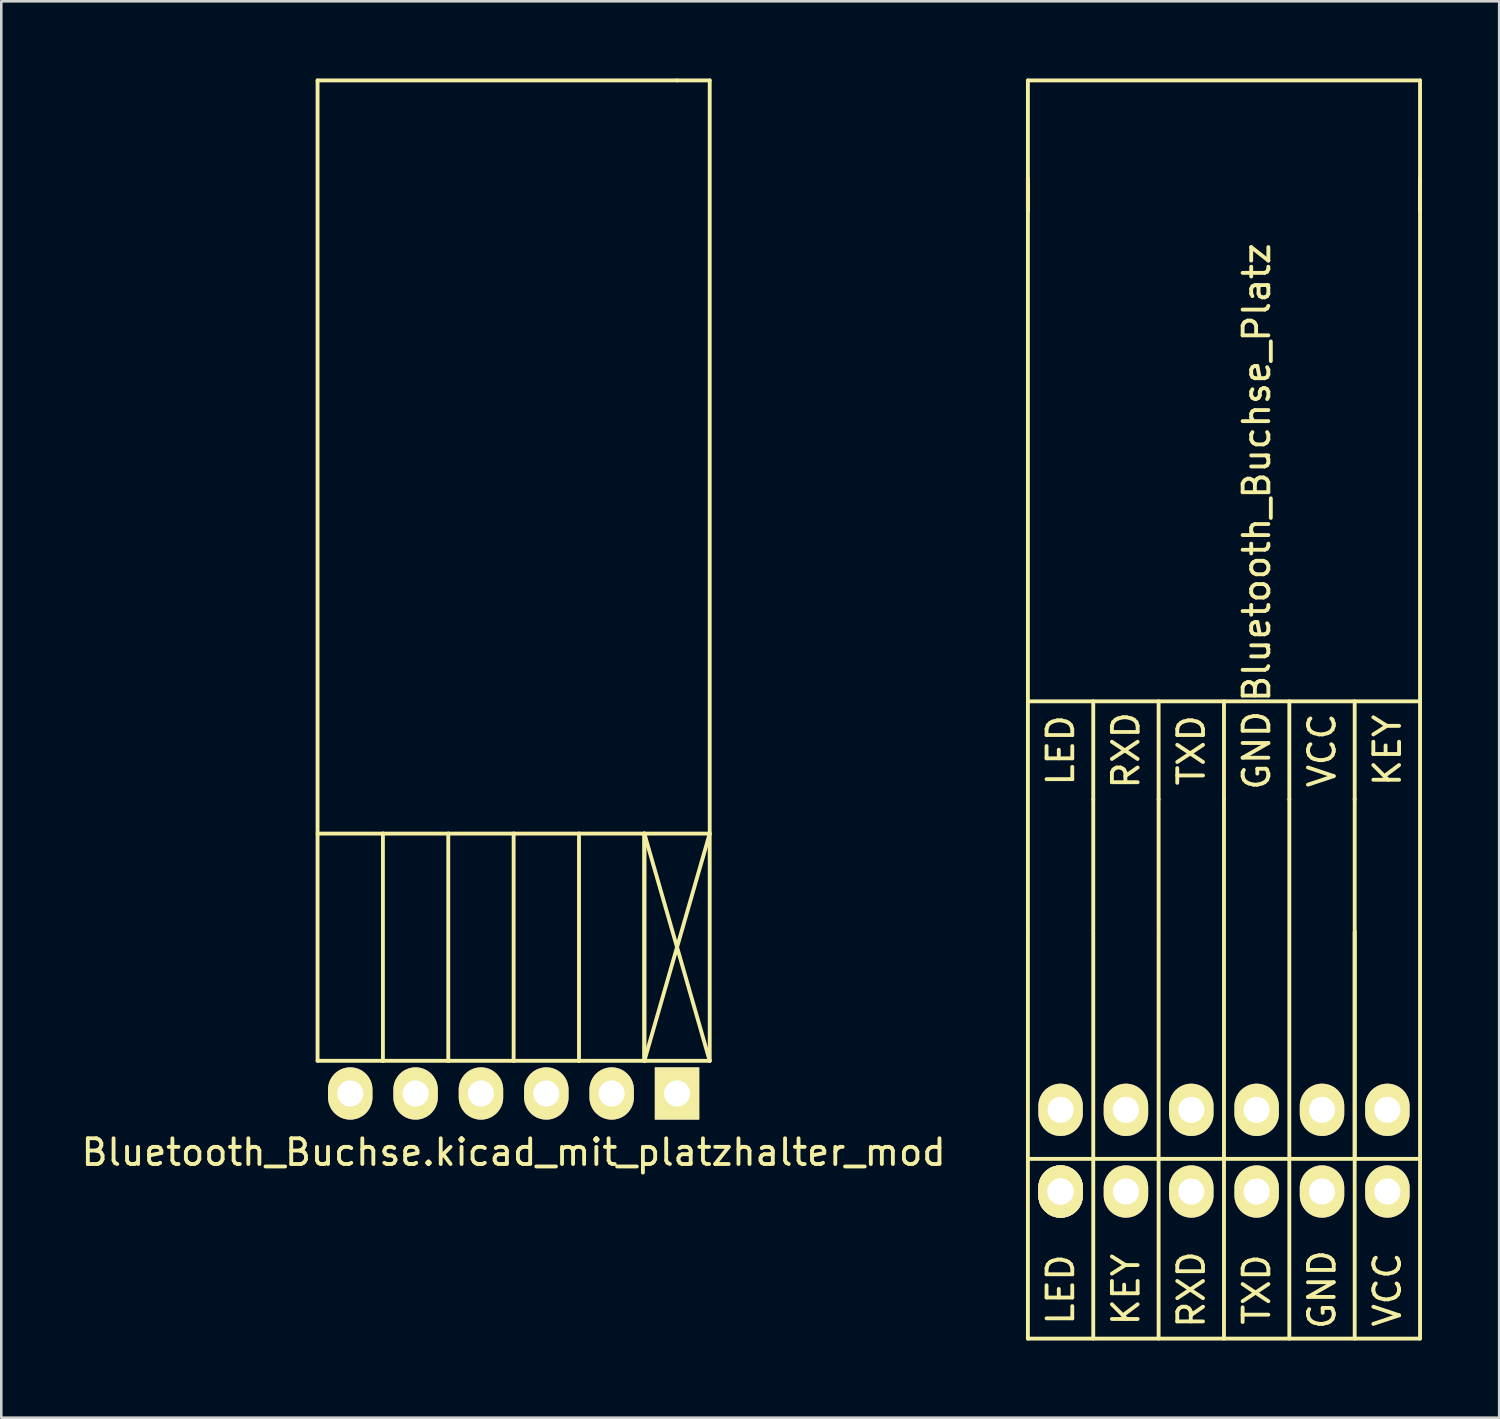
<source format=kicad_pcb>
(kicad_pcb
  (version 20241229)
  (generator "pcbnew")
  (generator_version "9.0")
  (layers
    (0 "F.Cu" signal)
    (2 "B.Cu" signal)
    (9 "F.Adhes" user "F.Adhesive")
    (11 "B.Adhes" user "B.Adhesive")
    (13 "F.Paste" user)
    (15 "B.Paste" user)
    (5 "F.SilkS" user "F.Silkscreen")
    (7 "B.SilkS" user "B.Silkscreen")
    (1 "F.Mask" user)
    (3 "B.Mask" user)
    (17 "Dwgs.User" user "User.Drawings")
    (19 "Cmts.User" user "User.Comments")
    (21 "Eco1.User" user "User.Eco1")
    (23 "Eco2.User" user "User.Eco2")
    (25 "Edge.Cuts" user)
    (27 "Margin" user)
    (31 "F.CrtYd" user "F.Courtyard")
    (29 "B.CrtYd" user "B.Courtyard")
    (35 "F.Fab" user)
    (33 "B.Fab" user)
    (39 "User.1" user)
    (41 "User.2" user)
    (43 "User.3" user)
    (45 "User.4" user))
  (footprint "Bluetooth_Buchse.kicad_mit_platzhalter_mod"
    (layer "F.Cu")
    (at 16.911 39.445)
    (property "Reference" "Bluetooth_Buchse.kicad_mit_platzhalter_mod" (at 0 2.286 0) (layer "F.SilkS") (effects (font (size 1 1) (thickness 0.15))))
    (attr through_hole)
    (fp_line (start -7.62 -39.37) (end 6.35 -39.37) (stroke (width 0.15) (type solid)) (layer "F.SilkS"))
    (fp_line (start -7.62 -10.16) (end -7.62 -39.37) (stroke (width 0.15) (type solid)) (layer "F.SilkS"))
    (fp_line (start -7.62 -10.1) (end -7.62 -1.27) (stroke (width 0.15) (type solid)) (layer "F.SilkS"))
    (fp_line (start -5.08 -10.1) (end -7.62 -10.1) (stroke (width 0.15) (type solid)) (layer "F.SilkS"))
    (fp_line (start -5.08 -10.1) (end -5.08 -1.27) (stroke (width 0.15) (type solid)) (layer "F.SilkS"))
    (fp_line (start -5.08 -1.27) (end -7.62 -1.27) (stroke (width 0.15) (type solid)) (layer "F.SilkS"))
    (fp_line (start -2.54 -10.1) (end -5.08 -10.1) (stroke (width 0.15) (type solid)) (layer "F.SilkS"))
    (fp_line (start -2.54 -10.1) (end -2.54 -1.27) (stroke (width 0.15) (type solid)) (layer "F.SilkS"))
    (fp_line (start -2.54 -1.27) (end -5.08 -1.27) (stroke (width 0.15) (type solid)) (layer "F.SilkS"))
    (fp_line (start 0 -10.1) (end -2.54 -10.1) (stroke (width 0.15) (type solid)) (layer "F.SilkS"))
    (fp_line (start 0 -10.1) (end 0 -1.27) (stroke (width 0.15) (type solid)) (layer "F.SilkS"))
    (fp_line (start 0 -1.27) (end -2.54 -1.27) (stroke (width 0.15) (type solid)) (layer "F.SilkS"))
    (fp_line (start 2.54 -10.1) (end 0 -10.1) (stroke (width 0.15) (type solid)) (layer "F.SilkS"))
    (fp_line (start 2.54 -10.1) (end 2.54 -1.27) (stroke (width 0.15) (type solid)) (layer "F.SilkS"))
    (fp_line (start 2.54 -1.27) (end 0 -1.27) (stroke (width 0.15) (type solid)) (layer "F.SilkS"))
    (fp_line (start 5.08 -10.1) (end 2.54 -10.1) (stroke (width 0.15) (type solid)) (layer "F.SilkS"))
    (fp_line (start 5.08 -10.1) (end 5.08 -1.27) (stroke (width 0.15) (type solid)) (layer "F.SilkS"))
    (fp_line (start 5.08 -1.27) (end 2.54 -1.27) (stroke (width 0.15) (type solid)) (layer "F.SilkS"))
    (fp_line (start 5.08 -1.27) (end 5.08 -10.1) (stroke (width 0.15) (type solid)) (layer "F.SilkS"))
    (fp_line (start 6.35 -39.37) (end 7.62 -39.37) (stroke (width 0.15) (type solid)) (layer "F.SilkS"))
    (fp_line (start 7.62 -39.37) (end 7.62 -10.16) (stroke (width 0.15) (type solid)) (layer "F.SilkS"))
    (fp_line (start 7.62 -10.1) (end 5.08 -10.1) (stroke (width 0.15) (type solid)) (layer "F.SilkS"))
    (fp_line (start 7.62 -10.1) (end 5.08 -1.27) (stroke (width 0.15) (type solid)) (layer "F.SilkS"))
    (fp_line (start 7.62 -1.27) (end 5.08 -10.1) (stroke (width 0.15) (type solid)) (layer "F.SilkS"))
    (fp_line (start 7.62 -1.27) (end 5.08 -1.27) (stroke (width 0.15) (type solid)) (layer "F.SilkS"))
    (fp_line (start 7.62 -1.27) (end 7.62 -10.1) (stroke (width 0.15) (type solid)) (layer "F.SilkS"))
    (pad "1" thru_hole rect (at 6.35 0 180) (size 1.727 2.032) (drill 1.016) (layers "*.Cu" "*.Mask" "F.SilkS"))
    (pad "2" thru_hole oval (at 3.81 0 180) (size 1.727 2.032) (drill 1.016) (layers "*.Cu" "*.Mask" "F.SilkS"))
    (pad "3" thru_hole oval (at 1.27 0 180) (size 1.727 2.032) (drill 1.016) (layers "*.Cu" "*.Mask" "F.SilkS"))
    (pad "4" thru_hole oval (at -1.27 0 180) (size 1.727 2.032) (drill 1.016) (layers "*.Cu" "*.Mask" "F.SilkS"))
    (pad "5" thru_hole oval (at -3.81 0 180) (size 1.727 2.032) (drill 1.016) (layers "*.Cu" "*.Mask" "F.SilkS"))
    (pad "6" thru_hole oval (at -6.35 0 180) (size 1.727 2.032) (drill 1.016) (layers "*.Cu" "*.Mask" "F.SilkS")))
  (footprint "Bluetooth_Buchse_Platz"
    (layer "F.Cu")
    (at 44.516 43.255)
    (property "Reference" "Bluetooth_Buchse_Platz" (at 1.27 -27.94 90) (layer "F.SilkS") (effects (font (size 1 1) (thickness 0.15))))
    (attr through_hole)
    (fp_line (start -7.62 -43.18) (end -7.62 -38.1) (stroke (width 0.15) (type solid)) (layer "F.SilkS"))
    (fp_line (start -7.62 -10.16) (end -7.62 -39.37) (stroke (width 0.15) (type solid)) (layer "F.SilkS"))
    (fp_line (start -7.62 -10.1) (end -7.62 -1.27) (stroke (width 0.15) (type solid)) (layer "F.SilkS"))
    (fp_line (start -7.62 -1.27) (end -7.62 5.715) (stroke (width 0.15) (type solid)) (layer "F.SilkS"))
    (fp_line (start -7.62 5.715) (end 7.62 5.715) (stroke (width 0.15) (type solid)) (layer "F.SilkS"))
    (fp_line (start -5.08 -15.24) (end -5.08 -19.05) (stroke (width 0.15) (type solid)) (layer "F.SilkS"))
    (fp_line (start -5.08 -10.16) (end -5.08 -15.24) (stroke (width 0.15) (type solid)) (layer "F.SilkS"))
    (fp_line (start -5.08 -10.1) (end -5.08 -1.27) (stroke (width 0.15) (type solid)) (layer "F.SilkS"))
    (fp_line (start -5.08 -1.27) (end -7.62 -1.27) (stroke (width 0.15) (type solid)) (layer "F.SilkS"))
    (fp_line (start -5.08 -1.27) (end -5.08 5.715) (stroke (width 0.15) (type solid)) (layer "F.SilkS"))
    (fp_line (start -2.54 -15.24) (end -2.54 -19.05) (stroke (width 0.15) (type solid)) (layer "F.SilkS"))
    (fp_line (start -2.54 -10.16) (end -2.54 -15.24) (stroke (width 0.15) (type solid)) (layer "F.SilkS"))
    (fp_line (start -2.54 -10.1) (end -2.54 -1.27) (stroke (width 0.15) (type solid)) (layer "F.SilkS"))
    (fp_line (start -2.54 -1.27) (end -5.08 -1.27) (stroke (width 0.15) (type solid)) (layer "F.SilkS"))
    (fp_line (start -2.54 -1.27) (end -2.54 5.715) (stroke (width 0.15) (type solid)) (layer "F.SilkS"))
    (fp_line (start 0 -15.24) (end 0 -19.05) (stroke (width 0.15) (type solid)) (layer "F.SilkS"))
    (fp_line (start 0 -10.16) (end 0 -15.24) (stroke (width 0.15) (type solid)) (layer "F.SilkS"))
    (fp_line (start 0 -10.1) (end 0 -1.27) (stroke (width 0.15) (type solid)) (layer "F.SilkS"))
    (fp_line (start 0 -1.27) (end -2.54 -1.27) (stroke (width 0.15) (type solid)) (layer "F.SilkS"))
    (fp_line (start 0 -1.27) (end 0 5.715) (stroke (width 0.15) (type solid)) (layer "F.SilkS"))
    (fp_line (start 2.54 -15.24) (end 2.54 -19.05) (stroke (width 0.15) (type solid)) (layer "F.SilkS"))
    (fp_line (start 2.54 -10.16) (end 2.54 -15.24) (stroke (width 0.15) (type solid)) (layer "F.SilkS"))
    (fp_line (start 2.54 -10.1) (end 2.54 -1.27) (stroke (width 0.15) (type solid)) (layer "F.SilkS"))
    (fp_line (start 2.54 -1.27) (end 0 -1.27) (stroke (width 0.15) (type solid)) (layer "F.SilkS"))
    (fp_line (start 2.54 -1.27) (end 2.54 5.715) (stroke (width 0.15) (type solid)) (layer "F.SilkS"))
    (fp_line (start 5.08 -15.24) (end 5.08 -19.05) (stroke (width 0.15) (type solid)) (layer "F.SilkS"))
    (fp_line (start 5.08 -10.16) (end 5.08 -15.24) (stroke (width 0.15) (type solid)) (layer "F.SilkS"))
    (fp_line (start 5.08 -10.1) (end 5.08 -1.27) (stroke (width 0.15) (type solid)) (layer "F.SilkS"))
    (fp_line (start 5.08 -1.27) (end 2.54 -1.27) (stroke (width 0.15) (type solid)) (layer "F.SilkS"))
    (fp_line (start 5.08 -1.27) (end 5.08 -10.1) (stroke (width 0.15) (type solid)) (layer "F.SilkS"))
    (fp_line (start 5.08 -1.27) (end 5.08 5.715) (stroke (width 0.15) (type solid)) (layer "F.SilkS"))
    (fp_line (start 7.62 -43.18) (end -7.62 -43.18) (stroke (width 0.15) (type solid)) (layer "F.SilkS"))
    (fp_line (start 7.62 -39.37) (end 7.62 -10.16) (stroke (width 0.15) (type solid)) (layer "F.SilkS"))
    (fp_line (start 7.62 -38.1) (end 7.62 -43.18) (stroke (width 0.15) (type solid)) (layer "F.SilkS"))
    (fp_line (start 7.62 -19.05) (end -7.62 -19.05) (stroke (width 0.15) (type solid)) (layer "F.SilkS"))
    (fp_line (start 7.62 -1.27) (end 5.08 -1.27) (stroke (width 0.15) (type solid)) (layer "F.SilkS"))
    (fp_line (start 7.62 -1.27) (end 7.62 -10.1) (stroke (width 0.15) (type solid)) (layer "F.SilkS"))
    (fp_line (start 7.62 5.715) (end 7.62 -1.27) (stroke (width 0.15) (type solid)) (layer "F.SilkS"))
    (fp_text user "RXD" (at -3.81 -17.145 90) (layer "F.SilkS") (effects (font (size 1 1) (thickness 0.15))))
    (fp_text user "KEY" (at -3.81 3.81 90) (layer "F.SilkS") (effects (font (size 1 1) (thickness 0.15))))
    (fp_text user "RXD" (at -1.27 3.81 90) (layer "F.SilkS") (effects (font (size 1 1) (thickness 0.15))))
    (fp_text user "VCC" (at 3.81 -17.145 90) (layer "F.SilkS") (effects (font (size 1 1) (thickness 0.15))))
    (fp_text user "LED" (at -6.35 3.81 90) (layer "F.SilkS") (effects (font (size 1 1) (thickness 0.15))))
    (fp_text user "GND" (at 1.27 -17.145 90) (layer "F.SilkS") (effects (font (size 1 1) (thickness 0.15))))
    (fp_text user "GND" (at 3.81 3.81 90) (layer "F.SilkS") (effects (font (size 1 1) (thickness 0.15))))
    (fp_text user "LED" (at -6.35 -17.145 90) (layer "F.SilkS") (effects (font (size 1 1) (thickness 0.15))))
    (fp_text user "TXD" (at -1.27 -17.145 90) (layer "F.SilkS") (effects (font (size 1 1) (thickness 0.15))))
    (fp_text user "KEY" (at 6.35 -17.145 90) (layer "F.SilkS") (effects (font (size 1 1) (thickness 0.15))))
    (fp_text user "TXD" (at 1.27 3.81 90) (layer "F.SilkS") (effects (font (size 1 1) (thickness 0.15))))
    (fp_text user "VCC" (at 6.35 3.81 90) (layer "F.SilkS") (effects (font (size 1 1) (thickness 0.15))))
    (pad "GND" thru_hole oval (at 1.27 -3.175 180) (size 1.727 2.032) (drill 1.016) (layers "*.Cu" "*.Mask" "F.SilkS"))
    (pad "GND" thru_hole oval (at 3.81 0 180) (size 1.727 2.032) (drill 1.016) (layers "*.Cu" "*.Mask" "F.SilkS"))
    (pad "Key" thru_hole oval (at -3.81 0 180) (size 1.727 2.032) (drill 1.016) (layers "*.Cu" "*.Mask" "F.SilkS"))
    (pad "Key" thru_hole oval (at 6.35 -3.175 180) (size 1.727 2.032) (drill 1.016) (layers "*.Cu" "*.Mask" "F.SilkS"))
    (pad "LED" thru_hole oval (at -6.35 -3.175 180) (size 1.727 2.032) (drill 1.016) (layers "*.Cu" "*.Mask" "F.SilkS"))
    (pad "LED" thru_hole oval (at -6.35 0 180) (size 1.727 2.032) (drill 1.016) (layers "*.Cu" "*.Mask" "F.SilkS"))
    (pad "LED" thru_hole oval (at -6.35 0 180) (size 1.727 2.032) (drill 1.016) (layers "*.Cu" "*.Mask" "F.SilkS"))
    (pad "LED" thru_hole oval (at -6.35 0 180) (size 1.727 2.032) (drill 1.016) (layers "*.Cu" "*.Mask" "F.SilkS"))
    (pad "RXD" thru_hole oval (at -3.81 -3.175 180) (size 1.727 2.032) (drill 1.016) (layers "*.Cu" "*.Mask" "F.SilkS"))
    (pad "RXD" thru_hole oval (at -1.27 0 180) (size 1.727 2.032) (drill 1.016) (layers "*.Cu" "*.Mask" "F.SilkS"))
    (pad "TXD" thru_hole oval (at -1.27 -3.175 180) (size 1.727 2.032) (drill 1.016) (layers "*.Cu" "*.Mask" "F.SilkS"))
    (pad "TXD" thru_hole oval (at 1.27 0 180) (size 1.727 2.032) (drill 1.016) (layers "*.Cu" "*.Mask" "F.SilkS"))
    (pad "VCC" thru_hole oval (at 3.81 -3.175 180) (size 1.727 2.032) (drill 1.016) (layers "*.Cu" "*.Mask" "F.SilkS"))
    (pad "VCC" thru_hole oval (at 6.35 0 180) (size 1.727 2.032) (drill 1.016) (layers "*.Cu" "*.Mask" "F.SilkS")))
  (gr_rect
    (start -3 -3)
    (end 55.211 52.045)
    (stroke (width 0.1) (type default))
    (fill no)
    (layer "Edge.Cuts")))
</source>
